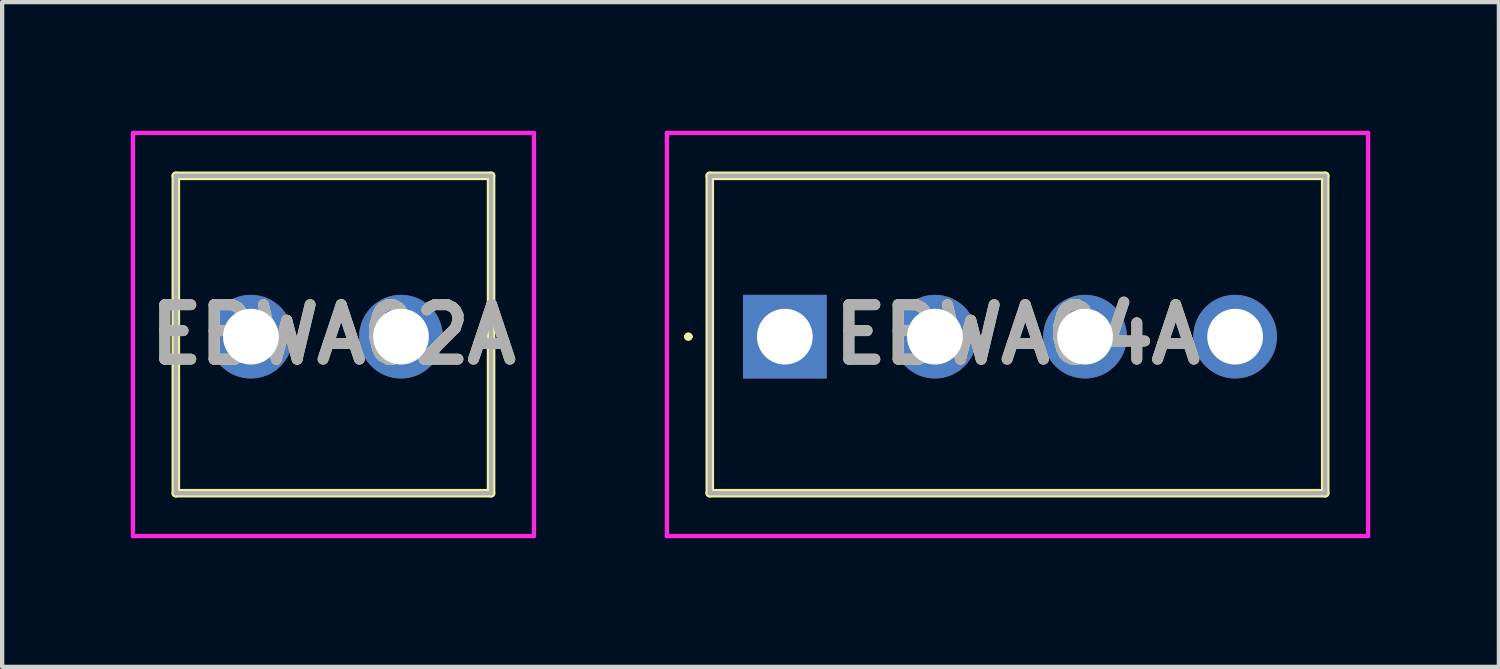
<source format=kicad_pcb>
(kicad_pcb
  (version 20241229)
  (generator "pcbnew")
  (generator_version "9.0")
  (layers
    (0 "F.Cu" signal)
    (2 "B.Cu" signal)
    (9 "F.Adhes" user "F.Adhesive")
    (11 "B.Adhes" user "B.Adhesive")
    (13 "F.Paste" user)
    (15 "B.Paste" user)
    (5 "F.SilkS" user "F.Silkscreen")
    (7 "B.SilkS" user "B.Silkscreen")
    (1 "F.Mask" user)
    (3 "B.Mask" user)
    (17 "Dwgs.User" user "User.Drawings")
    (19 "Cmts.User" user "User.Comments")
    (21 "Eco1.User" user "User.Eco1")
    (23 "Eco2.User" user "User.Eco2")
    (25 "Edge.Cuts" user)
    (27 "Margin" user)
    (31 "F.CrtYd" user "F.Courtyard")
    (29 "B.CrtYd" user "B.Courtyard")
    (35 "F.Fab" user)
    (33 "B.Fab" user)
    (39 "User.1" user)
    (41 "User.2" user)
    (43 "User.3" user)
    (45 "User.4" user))
  (footprint "EBWA02A"
    (layer "F.Cu")
    (at 2.8 4.8)
    (property "Reference" "EBWA02A" (at 1.925 -0.05 0) (layer "F.SilkS") (effects (font (size 1.27 1.27) (thickness 0.254))))
    (attr through_hole)
    (fp_line (start -1.75 -3.75) (end 5.6 -3.75) (stroke (width 0.2) (type solid)) (layer "F.SilkS"))
    (fp_line (start -1.75 3.65) (end -1.75 -3.75) (stroke (width 0.2) (type solid)) (layer "F.SilkS"))
    (fp_line (start 5.6 -3.75) (end 5.6 3.65) (stroke (width 0.2) (type solid)) (layer "F.SilkS"))
    (fp_line (start 5.6 3.65) (end -1.75 3.65) (stroke (width 0.2) (type solid)) (layer "F.SilkS"))
    (fp_line (start -2.75 -4.75) (end 6.6 -4.75) (stroke (width 0.1) (type solid)) (layer "F.CrtYd"))
    (fp_line (start -2.75 4.65) (end -2.75 -4.75) (stroke (width 0.1) (type solid)) (layer "F.CrtYd"))
    (fp_line (start 6.6 -4.75) (end 6.6 4.65) (stroke (width 0.1) (type solid)) (layer "F.CrtYd"))
    (fp_line (start 6.6 4.65) (end -2.75 4.65) (stroke (width 0.1) (type solid)) (layer "F.CrtYd"))
    (fp_line (start -1.75 -3.75) (end 5.6 -3.75) (stroke (width 0.1) (type solid)) (layer "F.Fab"))
    (fp_line (start -1.75 3.65) (end -1.75 -3.75) (stroke (width 0.1) (type solid)) (layer "F.Fab"))
    (fp_line (start 5.6 -3.75) (end 5.6 3.65) (stroke (width 0.1) (type solid)) (layer "F.Fab"))
    (fp_line (start 5.6 3.65) (end -1.75 3.65) (stroke (width 0.1) (type solid)) (layer "F.Fab"))
    (fp_text user "${REFERENCE}" (at 1.925 -0.05 0) (layer "F.Fab") (effects (font (size 1.27 1.27) (thickness 0.254))))
    (pad "1" thru_hole circle (at 0 0) (size 1.95 1.95) (drill 1.3) (layers "*.Cu" "*.Mask"))
    (pad "2" thru_hole circle (at 3.5 0) (size 1.95 1.95) (drill 1.3) (layers "*.Cu" "*.Mask")))
  (footprint "EBWA04A"
    (layer "F.Cu")
    (at 15.25 4.8)
    (property "Reference" "EBWA04A" (at 5.425 -0.05 0) (layer "F.SilkS") (effects (font (size 1.27 1.27) (thickness 0.254))))
    (attr through_hole)
    (fp_line (start -2.3 0) (end -2.3 0) (stroke (width 0.1) (type solid)) (layer "F.SilkS"))
    (fp_line (start -2.2 0) (end -2.2 0) (stroke (width 0.1) (type solid)) (layer "F.SilkS"))
    (fp_line (start -1.75 -3.75) (end 12.6 -3.75) (stroke (width 0.2) (type solid)) (layer "F.SilkS"))
    (fp_line (start -1.75 3.65) (end -1.75 -3.75) (stroke (width 0.2) (type solid)) (layer "F.SilkS"))
    (fp_line (start 12.6 -3.75) (end 12.6 3.65) (stroke (width 0.2) (type solid)) (layer "F.SilkS"))
    (fp_line (start 12.6 3.65) (end -1.75 3.65) (stroke (width 0.2) (type solid)) (layer "F.SilkS"))
    (fp_arc (start -2.3 0) (mid -2.25 -0.05) (end -2.2 0) (stroke (width 0.1) (type solid)) (layer "F.SilkS"))
    (fp_arc (start -2.2 0) (mid -2.25 0.05) (end -2.3 0) (stroke (width 0.1) (type solid)) (layer "F.SilkS"))
    (fp_line (start -2.75 -4.75) (end 13.6 -4.75) (stroke (width 0.1) (type solid)) (layer "F.CrtYd"))
    (fp_line (start -2.75 4.65) (end -2.75 -4.75) (stroke (width 0.1) (type solid)) (layer "F.CrtYd"))
    (fp_line (start 13.6 -4.75) (end 13.6 4.65) (stroke (width 0.1) (type solid)) (layer "F.CrtYd"))
    (fp_line (start 13.6 4.65) (end -2.75 4.65) (stroke (width 0.1) (type solid)) (layer "F.CrtYd"))
    (fp_line (start -1.75 -3.75) (end 12.6 -3.75) (stroke (width 0.1) (type solid)) (layer "F.Fab"))
    (fp_line (start -1.75 3.65) (end -1.75 -3.75) (stroke (width 0.1) (type solid)) (layer "F.Fab"))
    (fp_line (start 12.6 -3.75) (end 12.6 3.65) (stroke (width 0.1) (type solid)) (layer "F.Fab"))
    (fp_line (start 12.6 3.65) (end -1.75 3.65) (stroke (width 0.1) (type solid)) (layer "F.Fab"))
    (fp_text user "${REFERENCE}" (at 5.425 -0.05 0) (layer "F.Fab") (effects (font (size 1.27 1.27) (thickness 0.254))))
    (pad "1" thru_hole rect (at 0 0) (size 1.95 1.95) (drill 1.3) (layers "*.Cu" "*.Mask"))
    (pad "2" thru_hole circle (at 3.5 0) (size 1.95 1.95) (drill 1.3) (layers "*.Cu" "*.Mask"))
    (pad "3" thru_hole circle (at 7 0) (size 1.95 1.95) (drill 1.3) (layers "*.Cu" "*.Mask"))
    (pad "4" thru_hole circle (at 10.5 0) (size 1.95 1.95) (drill 1.3) (layers "*.Cu" "*.Mask")))
  (gr_rect
    (start -3 -3)
    (end 31.9 12.5)
    (stroke (width 0.1) (type default))
    (fill no)
    (layer "Edge.Cuts")))
</source>
